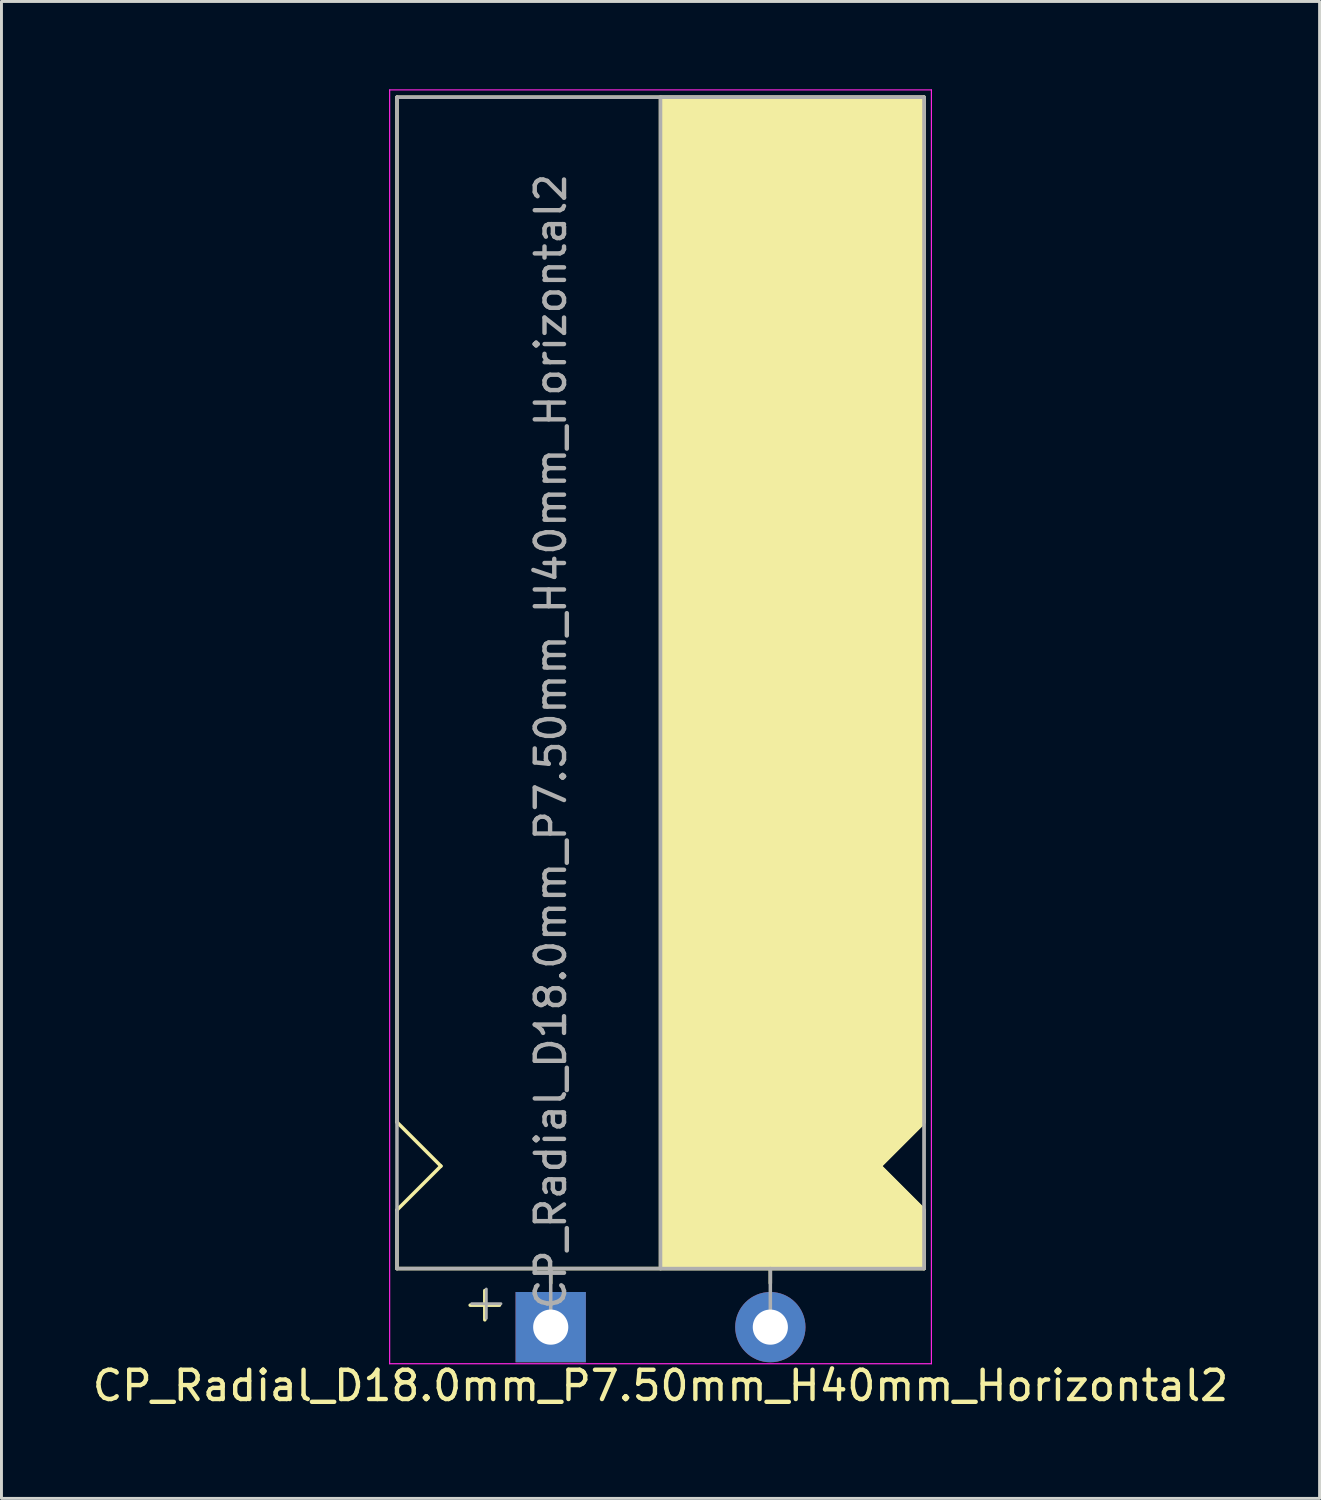
<source format=kicad_pcb>
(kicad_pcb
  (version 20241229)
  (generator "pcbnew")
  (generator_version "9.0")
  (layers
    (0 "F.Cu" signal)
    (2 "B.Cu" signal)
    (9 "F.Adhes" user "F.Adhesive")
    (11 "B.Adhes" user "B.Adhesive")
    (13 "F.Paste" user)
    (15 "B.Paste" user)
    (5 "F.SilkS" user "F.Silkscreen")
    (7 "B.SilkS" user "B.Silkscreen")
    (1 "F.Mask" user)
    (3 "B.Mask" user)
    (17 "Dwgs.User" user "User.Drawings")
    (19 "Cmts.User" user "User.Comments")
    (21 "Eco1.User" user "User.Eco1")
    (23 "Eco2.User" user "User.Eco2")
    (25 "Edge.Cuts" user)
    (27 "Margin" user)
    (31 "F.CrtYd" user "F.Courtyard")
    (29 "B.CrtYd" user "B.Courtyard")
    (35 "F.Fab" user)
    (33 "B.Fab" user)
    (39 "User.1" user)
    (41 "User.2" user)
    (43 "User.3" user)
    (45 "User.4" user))
  (footprint "CP_Radial_D18.0mm_P7.50mm_H40mm_Horizontal2"
    (layer "F.Cu")
    (at 15.756 42.27)
    (property "Reference" "CP_Radial_D18.0mm_P7.50mm_H40mm_Horizontal2" (at 3.75 2 0) (layer "F.SilkS") (effects (font (size 1 1) (thickness 0.15))))
    (attr through_hole)
    (fp_line (start -5.25 -42) (end 12.75 -42) (stroke (width 0.12) (type solid)) (layer "F.SilkS"))
    (fp_line (start -5.25 -7) (end -5.25 -42) (stroke (width 0.12) (type solid)) (layer "F.SilkS"))
    (fp_line (start -5.25 -7) (end -3.75 -5.5) (stroke (width 0.12) (type solid)) (layer "F.SilkS"))
    (fp_line (start -5.25 -4) (end -3.75 -5.5) (stroke (width 0.12) (type solid)) (layer "F.SilkS"))
    (fp_line (start -5.25 -2) (end -5.25 -4) (stroke (width 0.12) (type solid)) (layer "F.SilkS"))
    (fp_line (start -5.25 -2) (end 12.75 -2) (stroke (width 0.12) (type solid)) (layer "F.SilkS"))
    (fp_line (start -2.25 -1.25) (end -2.25 -0.25) (stroke (width 0.12) (type solid)) (layer "F.SilkS"))
    (fp_line (start -1.75 -0.75) (end -2.75 -0.75) (stroke (width 0.12) (type solid)) (layer "F.SilkS"))
    (fp_line (start 0 -1.5) (end 0 -2) (stroke (width 0.12) (type solid)) (layer "F.SilkS"))
    (fp_line (start 3.75 -2) (end 3.75 -42) (stroke (width 0.12) (type solid)) (layer "F.SilkS"))
    (fp_line (start 7.5 -1.5) (end 7.5 -2) (stroke (width 0.12) (type solid)) (layer "F.SilkS"))
    (fp_line (start 12.75 -42) (end 12.75 -7) (stroke (width 0.12) (type solid)) (layer "F.SilkS"))
    (fp_line (start 12.75 -7) (end 11.25 -5.5) (stroke (width 0.12) (type solid)) (layer "F.SilkS"))
    (fp_line (start 12.75 -4) (end 11.25 -5.5) (stroke (width 0.12) (type solid)) (layer "F.SilkS"))
    (fp_line (start 12.75 -2) (end 12.75 -4) (stroke (width 0.12) (type solid)) (layer "F.SilkS"))
    (fp_poly (pts (xy 12.75 -4) (xy 11.25 -5.5) (xy 12.75 -7) (xy 12.75 -42) (xy 3.75 -42) (xy 3.75 -2) (xy 12.75 -2)) (stroke (width 0.1) (type solid)) (fill yes) (layer "F.SilkS"))
    (fp_line (start -5.5 -42.25) (end 13 -42.25) (stroke (width 0.04) (type solid)) (layer "F.CrtYd"))
    (fp_line (start -5.5 1.25) (end -5.5 -42.25) (stroke (width 0.04) (type solid)) (layer "F.CrtYd"))
    (fp_line (start 13 -42.25) (end 13 1.25) (stroke (width 0.04) (type solid)) (layer "F.CrtYd"))
    (fp_line (start 13 1.25) (end -5.5 1.25) (stroke (width 0.04) (type solid)) (layer "F.CrtYd"))
    (fp_line (start -5.25 -42) (end 12.75 -42) (stroke (width 0.12) (type solid)) (layer "F.Fab"))
    (fp_line (start -5.25 -2) (end -5.25 -42) (stroke (width 0.12) (type solid)) (layer "F.Fab"))
    (fp_line (start -2.7 -0.8) (end -1.7 -0.8) (stroke (width 0.1) (type solid)) (layer "F.Fab"))
    (fp_line (start -2.2 -0.3) (end -2.2 -1.3) (stroke (width 0.1) (type solid)) (layer "F.Fab"))
    (fp_line (start 0 0) (end 0 -2) (stroke (width 0.12) (type solid)) (layer "F.Fab"))
    (fp_line (start 3.75 -2) (end 3.75 -42) (stroke (width 0.12) (type solid)) (layer "F.Fab"))
    (fp_line (start 7.5 0) (end 7.5 -2) (stroke (width 0.12) (type solid)) (layer "F.Fab"))
    (fp_line (start 12.75 -42) (end 12.75 -2) (stroke (width 0.12) (type solid)) (layer "F.Fab"))
    (fp_line (start 12.75 -2) (end -5.25 -2) (stroke (width 0.12) (type solid)) (layer "F.Fab"))
    (fp_poly (pts (xy 12.75 -42) (xy 3.75 -42) (xy 3.75 -2) (xy 12.75 -2)) (stroke (width 0.1) (type solid)) (fill no) (layer "F.Fab"))
    (fp_text user "${REFERENCE}" (at 0 -20 90) (layer "F.Fab") (effects (font (size 1 1) (thickness 0.15))))
    (pad "1" thru_hole rect (at 0 0) (size 2.4 2.4) (drill 1.2) (layers "*.Cu" "*.Mask"))
    (pad "2" thru_hole circle (at 7.5 0) (size 2.4 2.4) (drill 1.2) (layers "*.Cu" "*.Mask")))
  (gr_rect
    (start -3 -3)
    (end 42.012 48.118)
    (stroke (width 0.1) (type default))
    (fill no)
    (layer "Edge.Cuts")))
</source>
